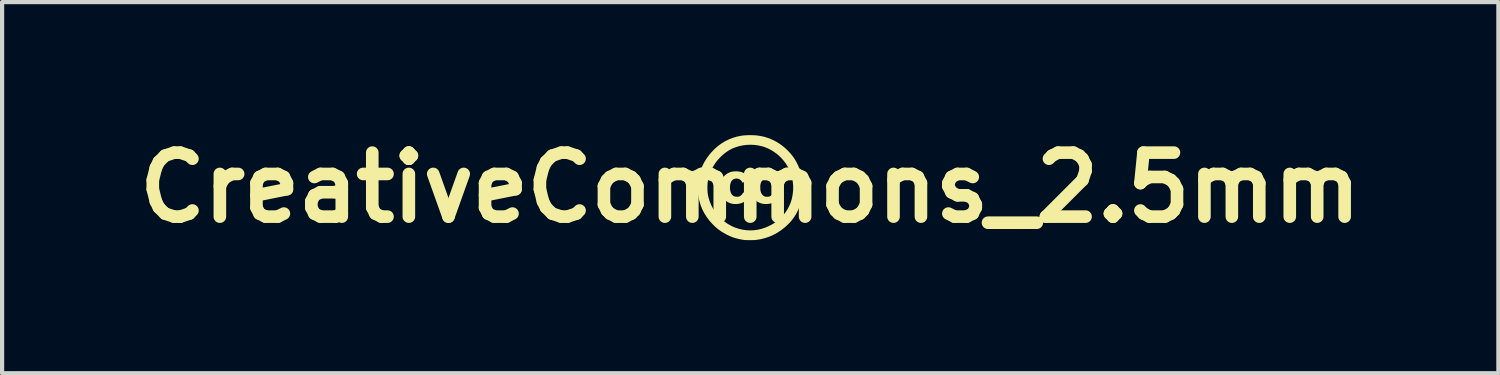
<source format=kicad_pcb>
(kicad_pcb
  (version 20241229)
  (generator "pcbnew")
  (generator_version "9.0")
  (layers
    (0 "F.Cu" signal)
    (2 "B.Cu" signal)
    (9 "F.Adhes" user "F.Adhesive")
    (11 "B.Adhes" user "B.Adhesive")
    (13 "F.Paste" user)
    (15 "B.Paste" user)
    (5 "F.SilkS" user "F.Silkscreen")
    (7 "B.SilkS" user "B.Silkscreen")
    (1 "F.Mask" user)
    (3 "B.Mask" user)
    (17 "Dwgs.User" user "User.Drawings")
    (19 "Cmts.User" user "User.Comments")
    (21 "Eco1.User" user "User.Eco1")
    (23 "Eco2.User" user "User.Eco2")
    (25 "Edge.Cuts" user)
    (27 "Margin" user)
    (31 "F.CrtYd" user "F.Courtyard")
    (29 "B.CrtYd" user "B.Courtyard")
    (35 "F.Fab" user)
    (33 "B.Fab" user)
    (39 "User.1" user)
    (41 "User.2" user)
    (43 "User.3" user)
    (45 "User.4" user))
  (footprint "CreativeCommons_2.5mm"
    (layer "F.Cu")
    (at 14.812 1.418)
    (property "Reference" "CreativeCommons_2.5mm" (at 0 0 0) (layer "F.SilkS") (effects (font (size 1.524 1.524) (thickness 0.3))))
    (attr board_only exclude_from_pos_files exclude_from_bom)
    (fp_poly (pts (xy -0.32 -0.389) (xy -0.259 -0.383) (xy -0.202 -0.369) (xy -0.152 -0.348) (xy -0.107 -0.32) (xy -0.067 -0.285) (xy -0.032 -0.243) (xy -0.025 -0.233) (xy -0.018 -0.221) (xy -0.015 -0.211) (xy -0.015 -0.208) (xy -0.019 -0.205) (xy -0.03 -0.198) (xy -0.046 -0.189) (xy -0.066 -0.178) (xy -0.088 -0.166) (xy -0.111 -0.153) (xy -0.133 -0.142) (xy -0.153 -0.131) (xy -0.169 -0.123) (xy -0.178 -0.119) (xy -0.182 -0.122) (xy -0.189 -0.13) (xy -0.197 -0.142) (xy -0.221 -0.173) (xy -0.249 -0.196) (xy -0.281 -0.211) (xy -0.316 -0.217) (xy -0.335 -0.217) (xy -0.372 -0.211) (xy -0.404 -0.197) (xy -0.43 -0.177) (xy -0.452 -0.149) (xy -0.467 -0.113) (xy -0.478 -0.071) (xy -0.482 -0.022) (xy -0.483 -0.007) (xy -0.481 0.042) (xy -0.474 0.084) (xy -0.462 0.121) (xy -0.445 0.152) (xy -0.427 0.175) (xy -0.406 0.193) (xy -0.383 0.206) (xy -0.356 0.213) (xy -0.323 0.216) (xy -0.318 0.216) (xy -0.295 0.215) (xy -0.278 0.214) (xy -0.264 0.21) (xy -0.254 0.206) (xy -0.226 0.189) (xy -0.2 0.165) (xy -0.181 0.138) (xy -0.173 0.125) (xy -0.167 0.116) (xy -0.163 0.114) (xy -0.157 0.116) (xy -0.145 0.121) (xy -0.128 0.129) (xy -0.108 0.139) (xy -0.087 0.15) (xy -0.065 0.161) (xy -0.045 0.171) (xy -0.029 0.18) (xy -0.017 0.187) (xy -0.012 0.191) (xy -0.012 0.191) (xy -0.012 0.197) (xy -0.018 0.209) (xy -0.028 0.225) (xy -0.041 0.242) (xy -0.056 0.261) (xy -0.07 0.277) (xy -0.112 0.314) (xy -0.159 0.345) (xy -0.21 0.368) (xy -0.266 0.383) (xy -0.324 0.39) (xy -0.385 0.389) (xy -0.414 0.386) (xy -0.466 0.374) (xy -0.515 0.354) (xy -0.561 0.328) (xy -0.602 0.295) (xy -0.637 0.256) (xy -0.665 0.213) (xy -0.67 0.204) (xy -0.684 0.175) (xy -0.694 0.148) (xy -0.701 0.122) (xy -0.706 0.095) (xy -0.709 0.064) (xy -0.711 0.028) (xy -0.711 0.007) (xy -0.711 -0.027) (xy -0.71 -0.053) (xy -0.709 -0.074) (xy -0.707 -0.092) (xy -0.704 -0.109) (xy -0.703 -0.111) (xy -0.686 -0.168) (xy -0.661 -0.218) (xy -0.631 -0.263) (xy -0.594 -0.302) (xy -0.551 -0.334) (xy -0.503 -0.359) (xy -0.451 -0.377) (xy -0.394 -0.387) (xy -0.333 -0.39)) (stroke (width 0) (type solid)) (fill yes) (layer "F.SilkS"))
    (fp_poly (pts (xy 0.384 -0.388) (xy 0.415 -0.388) (xy 0.439 -0.387) (xy 0.458 -0.385) (xy 0.475 -0.382) (xy 0.492 -0.378) (xy 0.493 -0.378) (xy 0.539 -0.363) (xy 0.579 -0.344) (xy 0.615 -0.32) (xy 0.647 -0.292) (xy 0.661 -0.278) (xy 0.674 -0.261) (xy 0.687 -0.244) (xy 0.698 -0.229) (xy 0.705 -0.216) (xy 0.708 -0.209) (xy 0.708 -0.208) (xy 0.704 -0.205) (xy 0.693 -0.199) (xy 0.677 -0.19) (xy 0.658 -0.179) (xy 0.636 -0.167) (xy 0.614 -0.155) (xy 0.592 -0.143) (xy 0.573 -0.133) (xy 0.557 -0.125) (xy 0.547 -0.12) (xy 0.543 -0.118) (xy 0.54 -0.122) (xy 0.534 -0.131) (xy 0.53 -0.138) (xy 0.512 -0.162) (xy 0.489 -0.184) (xy 0.465 -0.201) (xy 0.457 -0.205) (xy 0.43 -0.214) (xy 0.399 -0.217) (xy 0.368 -0.214) (xy 0.339 -0.207) (xy 0.332 -0.204) (xy 0.302 -0.186) (xy 0.278 -0.161) (xy 0.259 -0.129) (xy 0.246 -0.09) (xy 0.245 -0.086) (xy 0.241 -0.066) (xy 0.239 -0.039) (xy 0.239 -0.009) (xy 0.239 0.021) (xy 0.241 0.05) (xy 0.244 0.074) (xy 0.247 0.088) (xy 0.262 0.128) (xy 0.281 0.16) (xy 0.304 0.185) (xy 0.332 0.203) (xy 0.334 0.205) (xy 0.346 0.21) (xy 0.358 0.213) (xy 0.373 0.215) (xy 0.393 0.216) (xy 0.402 0.216) (xy 0.425 0.215) (xy 0.441 0.214) (xy 0.454 0.211) (xy 0.466 0.207) (xy 0.47 0.205) (xy 0.492 0.191) (xy 0.514 0.172) (xy 0.532 0.151) (xy 0.543 0.133) (xy 0.549 0.121) (xy 0.555 0.114) (xy 0.557 0.114) (xy 0.564 0.116) (xy 0.576 0.121) (xy 0.593 0.129) (xy 0.613 0.139) (xy 0.635 0.149) (xy 0.657 0.16) (xy 0.677 0.171) (xy 0.694 0.18) (xy 0.707 0.187) (xy 0.713 0.192) (xy 0.714 0.192) (xy 0.711 0.199) (xy 0.704 0.211) (xy 0.694 0.226) (xy 0.682 0.242) (xy 0.669 0.258) (xy 0.66 0.269) (xy 0.627 0.301) (xy 0.587 0.33) (xy 0.543 0.354) (xy 0.499 0.373) (xy 0.477 0.379) (xy 0.456 0.383) (xy 0.428 0.386) (xy 0.397 0.388) (xy 0.365 0.389) (xy 0.335 0.388) (xy 0.311 0.386) (xy 0.309 0.386) (xy 0.254 0.373) (xy 0.204 0.353) (xy 0.158 0.325) (xy 0.115 0.289) (xy 0.113 0.287) (xy 0.094 0.267) (xy 0.08 0.25) (xy 0.069 0.234) (xy 0.058 0.214) (xy 0.053 0.205) (xy 0.033 0.158) (xy 0.02 0.111) (xy 0.012 0.061) (xy 0.01 0.006) (xy 0.011 -0.027) (xy 0.014 -0.074) (xy 0.022 -0.116) (xy 0.033 -0.155) (xy 0.05 -0.194) (xy 0.053 -0.2) (xy 0.063 -0.22) (xy 0.072 -0.236) (xy 0.084 -0.25) (xy 0.098 -0.266) (xy 0.117 -0.286) (xy 0.118 -0.287) (xy 0.138 -0.306) (xy 0.154 -0.321) (xy 0.169 -0.332) (xy 0.185 -0.342) (xy 0.205 -0.352) (xy 0.233 -0.365) (xy 0.259 -0.374) (xy 0.284 -0.381) (xy 0.31 -0.385) (xy 0.34 -0.387) (xy 0.376 -0.388)) (stroke (width 0) (type solid)) (fill yes) (layer "F.SilkS"))
    (fp_poly (pts (xy 0.055 -1.249) (xy 0.099 -1.248) (xy 0.138 -1.245) (xy 0.157 -1.243) (xy 0.208 -1.236) (xy 0.261 -1.227) (xy 0.313 -1.216) (xy 0.359 -1.204) (xy 0.365 -1.202) (xy 0.46 -1.17) (xy 0.553 -1.129) (xy 0.642 -1.081) (xy 0.728 -1.025) (xy 0.809 -0.962) (xy 0.885 -0.892) (xy 0.956 -0.817) (xy 1.02 -0.736) (xy 1.041 -0.707) (xy 1.093 -0.622) (xy 1.139 -0.531) (xy 1.178 -0.435) (xy 1.209 -0.336) (xy 1.232 -0.233) (xy 1.239 -0.195) (xy 1.242 -0.17) (xy 1.245 -0.138) (xy 1.247 -0.101) (xy 1.248 -0.06) (xy 1.249 -0.018) (xy 1.249 0.024) (xy 1.249 0.064) (xy 1.248 0.099) (xy 1.246 0.128) (xy 1.246 0.135) (xy 1.231 0.241) (xy 1.208 0.343) (xy 1.177 0.442) (xy 1.138 0.536) (xy 1.092 0.625) (xy 1.053 0.688) (xy 1.025 0.728) (xy 0.999 0.763) (xy 0.973 0.795) (xy 0.944 0.828) (xy 0.91 0.863) (xy 0.9 0.873) (xy 0.819 0.948) (xy 0.733 1.014) (xy 0.644 1.073) (xy 0.55 1.124) (xy 0.453 1.167) (xy 0.352 1.201) (xy 0.248 1.227) (xy 0.14 1.244) (xy 0.13 1.245) (xy 0.113 1.247) (xy 0.09 1.248) (xy 0.061 1.248) (xy 0.029 1.249) (xy -0.005 1.249) (xy -0.038 1.249) (xy -0.069 1.249) (xy -0.096 1.248) (xy -0.117 1.247) (xy -0.125 1.247) (xy -0.174 1.241) (xy -0.228 1.231) (xy -0.285 1.219) (xy -0.342 1.204) (xy -0.396 1.188) (xy -0.428 1.177) (xy -0.494 1.15) (xy -0.562 1.117) (xy -0.63 1.079) (xy -0.697 1.038) (xy -0.758 0.994) (xy -0.798 0.962) (xy -0.817 0.946) (xy -0.84 0.924) (xy -0.864 0.901) (xy -0.889 0.877) (xy -0.903 0.863) (xy -0.974 0.783) (xy -1.037 0.699) (xy -1.092 0.611) (xy -1.14 0.519) (xy -1.179 0.423) (xy -1.21 0.322) (xy -1.234 0.216) (xy -1.242 0.17) (xy -1.244 0.148) (xy -1.246 0.118) (xy -1.247 0.078) (xy -1.248 0.03) (xy -1.248 0) (xy -1.02 0) (xy -1.019 0.053) (xy -1.016 0.1) (xy -1.011 0.144) (xy -1.004 0.188) (xy -0.993 0.235) (xy -0.991 0.244) (xy -0.963 0.333) (xy -0.927 0.42) (xy -0.883 0.503) (xy -0.831 0.582) (xy -0.772 0.656) (xy -0.707 0.726) (xy -0.635 0.79) (xy -0.557 0.848) (xy -0.529 0.866) (xy -0.451 0.91) (xy -0.369 0.947) (xy -0.282 0.976) (xy -0.193 0.998) (xy -0.102 1.012) (xy -0.011 1.017) (xy 0.08 1.014) (xy 0.091 1.013) (xy 0.18 1.001) (xy 0.27 0.98) (xy 0.358 0.951) (xy 0.442 0.915) (xy 0.444 0.914) (xy 0.482 0.895) (xy 0.513 0.878) (xy 0.542 0.861) (xy 0.572 0.842) (xy 0.603 0.819) (xy 0.623 0.805) (xy 0.696 0.745) (xy 0.763 0.679) (xy 0.823 0.609) (xy 0.875 0.534) (xy 0.919 0.455) (xy 0.956 0.373) (xy 0.984 0.287) (xy 0.993 0.252) (xy 1.011 0.155) (xy 1.021 0.058) (xy 1.022 -0.038) (xy 1.014 -0.132) (xy 0.998 -0.224) (xy 0.973 -0.314) (xy 0.941 -0.401) (xy 0.901 -0.485) (xy 0.853 -0.565) (xy 0.797 -0.641) (xy 0.734 -0.712) (xy 0.664 -0.778) (xy 0.636 -0.801) (xy 0.562 -0.855) (xy 0.485 -0.902) (xy 0.406 -0.941) (xy 0.326 -0.972) (xy 0.289 -0.983) (xy 0.199 -1.004) (xy 0.107 -1.017) (xy 0.014 -1.022) (xy -0.078 -1.019) (xy -0.17 -1.008) (xy -0.259 -0.99) (xy -0.345 -0.964) (xy -0.425 -0.932) (xy -0.5 -0.893) (xy -0.574 -0.845) (xy -0.644 -0.79) (xy -0.71 -0.729) (xy -0.772 -0.662) (xy -0.828 -0.59) (xy -0.877 -0.514) (xy -0.918 -0.439) (xy -0.953 -0.361) (xy -0.98 -0.285) (xy -1 -0.209) (xy -1.013 -0.132) (xy -1.019 -0.051) (xy -1.02 0) (xy -1.248 0) (xy -1.248 -0.005) (xy -1.247 -0.045) (xy -1.247 -0.078) (xy -1.247 -0.105) (xy -1.246 -0.127) (xy -1.244 -0.146) (xy -1.242 -0.164) (xy -1.24 -0.181) (xy -1.237 -0.198) (xy -1.214 -0.305) (xy -1.184 -0.407) (xy -1.145 -0.506) (xy -1.098 -0.6) (xy -1.043 -0.69) (xy -0.98 -0.777) (xy -0.923 -0.844) (xy -0.848 -0.922) (xy -0.768 -0.991) (xy -0.684 -1.053) (xy -0.597 -1.106) (xy -0.505 -1.151) (xy -0.41 -1.188) (xy -0.311 -1.217) (xy -0.208 -1.237) (xy -0.161 -1.243) (xy -0.126 -1.246) (xy -0.085 -1.248) (xy -0.039 -1.25) (xy 0.008 -1.25)) (stroke (width 0) (type solid)) (fill yes) (layer "F.SilkS")))
  (gr_rect
    (start -3 -3)
    (end 32.624 5.836)
    (stroke (width 0.1) (type default))
    (fill no)
    (layer "Edge.Cuts")))
</source>
